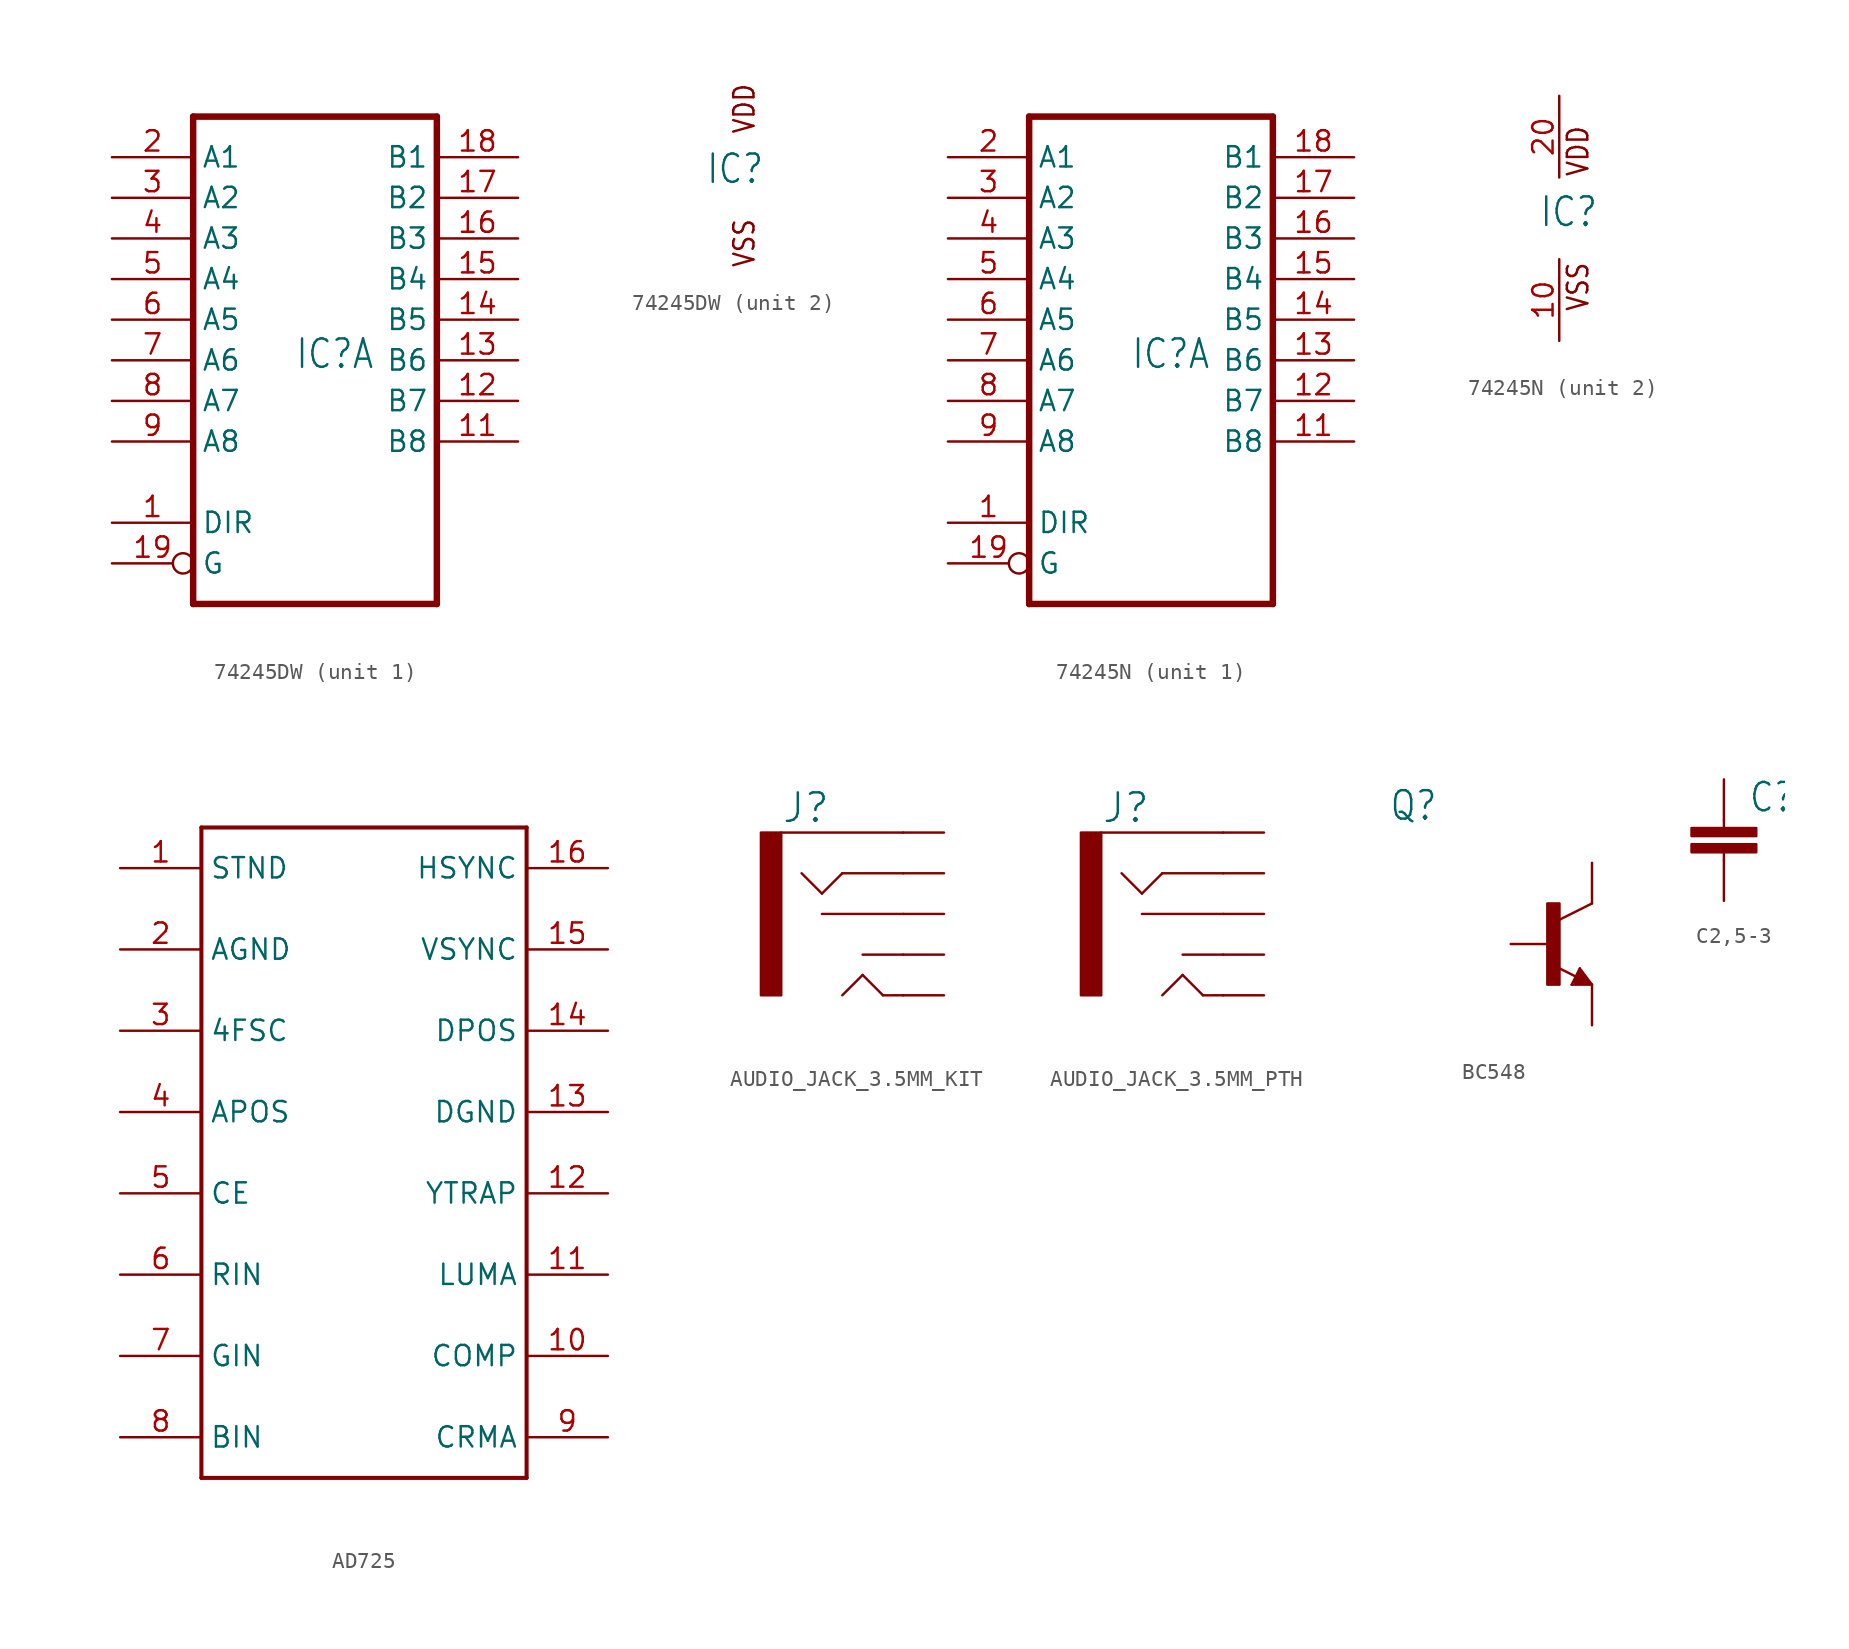
<source format=kicad_sym>
(kicad_symbol_lib
  (version 20220914)
  (generator kicad_symbol_editor)
  (symbol "74245DW"
    (property "Reference" "IC"
      (at -1.27 -0.635 0)
      (effects (font (size 1.778 1.511)) (justify left bottom)))
    (property "ki_locked" ""
      (at 0 0 0)
      (effects (font (size 1.27 1.27))))
    (symbol "74245DW_1_0"
      (polyline (pts (xy -7.62 -15.24) (xy 7.62 -15.24)) (stroke (width 0.406) (type solid)) (fill (type none)))
      (polyline (pts (xy -7.62 15.24) (xy -7.62 -15.24)) (stroke (width 0.406) (type solid)) (fill (type none)))
      (polyline (pts (xy 7.62 -15.24) (xy 7.62 15.24)) (stroke (width 0.406) (type solid)) (fill (type none)))
      (polyline (pts (xy 7.62 15.24) (xy -7.62 15.24)) (stroke (width 0.406) (type solid)) (fill (type none)))
      (pin input line (at -12.7 -10.16 0) (length 5.08) (name "DIR" (effects (font (size 1.27 1.27)))) (number "1" (effects (font (size 1.27 1.27)))))
      (pin bidirectional line (at 12.7 -5.08 180) (length 5.08) (name "B8" (effects (font (size 1.27 1.27)))) (number "11" (effects (font (size 1.27 1.27)))))
      (pin bidirectional line (at 12.7 -2.54 180) (length 5.08) (name "B7" (effects (font (size 1.27 1.27)))) (number "12" (effects (font (size 1.27 1.27)))))
      (pin bidirectional line (at 12.7 0 180) (length 5.08) (name "B6" (effects (font (size 1.27 1.27)))) (number "13" (effects (font (size 1.27 1.27)))))
      (pin bidirectional line (at 12.7 2.54 180) (length 5.08) (name "B5" (effects (font (size 1.27 1.27)))) (number "14" (effects (font (size 1.27 1.27)))))
      (pin bidirectional line (at 12.7 5.08 180) (length 5.08) (name "B4" (effects (font (size 1.27 1.27)))) (number "15" (effects (font (size 1.27 1.27)))))
      (pin bidirectional line (at 12.7 7.62 180) (length 5.08) (name "B3" (effects (font (size 1.27 1.27)))) (number "16" (effects (font (size 1.27 1.27)))))
      (pin bidirectional line (at 12.7 10.16 180) (length 5.08) (name "B2" (effects (font (size 1.27 1.27)))) (number "17" (effects (font (size 1.27 1.27)))))
      (pin bidirectional line (at 12.7 12.7 180) (length 5.08) (name "B1" (effects (font (size 1.27 1.27)))) (number "18" (effects (font (size 1.27 1.27)))))
      (pin input inverted (at -12.7 -12.7 0) (length 5.08) (name "G" (effects (font (size 1.27 1.27)))) (number "19" (effects (font (size 1.27 1.27)))))
      (pin bidirectional line (at -12.7 12.7 0) (length 5.08) (name "A1" (effects (font (size 1.27 1.27)))) (number "2" (effects (font (size 1.27 1.27)))))
      (pin bidirectional line (at -12.7 10.16 0) (length 5.08) (name "A2" (effects (font (size 1.27 1.27)))) (number "3" (effects (font (size 1.27 1.27)))))
      (pin bidirectional line (at -12.7 7.62 0) (length 5.08) (name "A3" (effects (font (size 1.27 1.27)))) (number "4" (effects (font (size 1.27 1.27)))))
      (pin bidirectional line (at -12.7 5.08 0) (length 5.08) (name "A4" (effects (font (size 1.27 1.27)))) (number "5" (effects (font (size 1.27 1.27)))))
      (pin bidirectional line (at -12.7 2.54 0) (length 5.08) (name "A5" (effects (font (size 1.27 1.27)))) (number "6" (effects (font (size 1.27 1.27)))))
      (pin bidirectional line (at -12.7 0 0) (length 5.08) (name "A6" (effects (font (size 1.27 1.27)))) (number "7" (effects (font (size 1.27 1.27)))))
      (pin bidirectional line (at -12.7 -2.54 0) (length 5.08) (name "A7" (effects (font (size 1.27 1.27)))) (number "8" (effects (font (size 1.27 1.27)))))
      (pin bidirectional line (at -12.7 -5.08 0) (length 5.08) (name "A8" (effects (font (size 1.27 1.27)))) (number "9" (effects (font (size 1.27 1.27))))))
    (symbol "74245DW_2_0"
      (text "VDD" (at 1.905 2.54 900) (effects (font (size 1.27 1.079)) (justify left bottom)))
      (text "VSS" (at 1.905 -5.842 900) (effects (font (size 1.27 1.079)) (justify left bottom)))))
  (symbol "74245N"
    (property "Reference" "IC"
      (at -1.27 -0.635 0)
      (effects (font (size 1.778 1.511)) (justify left bottom)))
    (property "ki_locked" ""
      (at 0 0 0)
      (effects (font (size 1.27 1.27))))
    (symbol "74245N_1_0"
      (polyline (pts (xy -7.62 -15.24) (xy 7.62 -15.24)) (stroke (width 0.406) (type solid)) (fill (type none)))
      (polyline (pts (xy -7.62 15.24) (xy -7.62 -15.24)) (stroke (width 0.406) (type solid)) (fill (type none)))
      (polyline (pts (xy 7.62 -15.24) (xy 7.62 15.24)) (stroke (width 0.406) (type solid)) (fill (type none)))
      (polyline (pts (xy 7.62 15.24) (xy -7.62 15.24)) (stroke (width 0.406) (type solid)) (fill (type none)))
      (pin input line (at -12.7 -10.16 0) (length 5.08) (name "DIR" (effects (font (size 1.27 1.27)))) (number "1" (effects (font (size 1.27 1.27)))))
      (pin bidirectional line (at 12.7 -5.08 180) (length 5.08) (name "B8" (effects (font (size 1.27 1.27)))) (number "11" (effects (font (size 1.27 1.27)))))
      (pin bidirectional line (at 12.7 -2.54 180) (length 5.08) (name "B7" (effects (font (size 1.27 1.27)))) (number "12" (effects (font (size 1.27 1.27)))))
      (pin bidirectional line (at 12.7 0 180) (length 5.08) (name "B6" (effects (font (size 1.27 1.27)))) (number "13" (effects (font (size 1.27 1.27)))))
      (pin bidirectional line (at 12.7 2.54 180) (length 5.08) (name "B5" (effects (font (size 1.27 1.27)))) (number "14" (effects (font (size 1.27 1.27)))))
      (pin bidirectional line (at 12.7 5.08 180) (length 5.08) (name "B4" (effects (font (size 1.27 1.27)))) (number "15" (effects (font (size 1.27 1.27)))))
      (pin bidirectional line (at 12.7 7.62 180) (length 5.08) (name "B3" (effects (font (size 1.27 1.27)))) (number "16" (effects (font (size 1.27 1.27)))))
      (pin bidirectional line (at 12.7 10.16 180) (length 5.08) (name "B2" (effects (font (size 1.27 1.27)))) (number "17" (effects (font (size 1.27 1.27)))))
      (pin bidirectional line (at 12.7 12.7 180) (length 5.08) (name "B1" (effects (font (size 1.27 1.27)))) (number "18" (effects (font (size 1.27 1.27)))))
      (pin input inverted (at -12.7 -12.7 0) (length 5.08) (name "G" (effects (font (size 1.27 1.27)))) (number "19" (effects (font (size 1.27 1.27)))))
      (pin bidirectional line (at -12.7 12.7 0) (length 5.08) (name "A1" (effects (font (size 1.27 1.27)))) (number "2" (effects (font (size 1.27 1.27)))))
      (pin bidirectional line (at -12.7 10.16 0) (length 5.08) (name "A2" (effects (font (size 1.27 1.27)))) (number "3" (effects (font (size 1.27 1.27)))))
      (pin bidirectional line (at -12.7 7.62 0) (length 5.08) (name "A3" (effects (font (size 1.27 1.27)))) (number "4" (effects (font (size 1.27 1.27)))))
      (pin bidirectional line (at -12.7 5.08 0) (length 5.08) (name "A4" (effects (font (size 1.27 1.27)))) (number "5" (effects (font (size 1.27 1.27)))))
      (pin bidirectional line (at -12.7 2.54 0) (length 5.08) (name "A5" (effects (font (size 1.27 1.27)))) (number "6" (effects (font (size 1.27 1.27)))))
      (pin bidirectional line (at -12.7 0 0) (length 5.08) (name "A6" (effects (font (size 1.27 1.27)))) (number "7" (effects (font (size 1.27 1.27)))))
      (pin bidirectional line (at -12.7 -2.54 0) (length 5.08) (name "A7" (effects (font (size 1.27 1.27)))) (number "8" (effects (font (size 1.27 1.27)))))
      (pin bidirectional line (at -12.7 -5.08 0) (length 5.08) (name "A8" (effects (font (size 1.27 1.27)))) (number "9" (effects (font (size 1.27 1.27))))))
    (symbol "74245N_2_0"
      (text "VDD" (at 1.905 2.54 900) (effects (font (size 1.27 1.079)) (justify left bottom)))
      (text "VSS" (at 1.905 -5.842 900) (effects (font (size 1.27 1.079)) (justify left bottom)))
      (pin power_in line (at 0 -7.62 90) (length 5.08) (name "VSS" (effects (font (size 0 0)))) (number "10" (effects (font (size 1.27 1.27)))))
      (pin power_in line (at 0 7.62 270) (length 5.08) (name "VDD" (effects (font (size 0 0)))) (number "20" (effects (font (size 1.27 1.27)))))))
  (symbol "AD725"
    (property "Reference" ""
      (at 0 0 0)
      (effects (font (size 1.27 1.27)) hide))
    (property "ki_locked" ""
      (at 0 0 0)
      (effects (font (size 1.27 1.27))))
    (symbol "AD725_1_0"
      (polyline (pts (xy -12.7 -30.48) (xy -12.7 10.16)) (stroke (width 0.254) (type solid)) (fill (type none)))
      (polyline (pts (xy -12.7 10.16) (xy 7.62 10.16)) (stroke (width 0.254) (type solid)) (fill (type none)))
      (polyline (pts (xy 7.62 -30.48) (xy -12.7 -30.48)) (stroke (width 0.254) (type solid)) (fill (type none)))
      (polyline (pts (xy 7.62 10.16) (xy 7.62 -30.48)) (stroke (width 0.254) (type solid)) (fill (type none)))
      (pin bidirectional line (at -17.78 7.62 0) (length 5.08) (name "STND" (effects (font (size 1.27 1.27)))) (number "1" (effects (font (size 1.27 1.27)))))
      (pin bidirectional line (at 12.7 -22.86 180) (length 5.08) (name "COMP" (effects (font (size 1.27 1.27)))) (number "10" (effects (font (size 1.27 1.27)))))
      (pin bidirectional line (at 12.7 -17.78 180) (length 5.08) (name "LUMA" (effects (font (size 1.27 1.27)))) (number "11" (effects (font (size 1.27 1.27)))))
      (pin bidirectional line (at 12.7 -12.7 180) (length 5.08) (name "YTRAP" (effects (font (size 1.27 1.27)))) (number "12" (effects (font (size 1.27 1.27)))))
      (pin bidirectional line (at 12.7 -7.62 180) (length 5.08) (name "DGND" (effects (font (size 1.27 1.27)))) (number "13" (effects (font (size 1.27 1.27)))))
      (pin bidirectional line (at 12.7 -2.54 180) (length 5.08) (name "DPOS" (effects (font (size 1.27 1.27)))) (number "14" (effects (font (size 1.27 1.27)))))
      (pin bidirectional line (at 12.7 2.54 180) (length 5.08) (name "VSYNC" (effects (font (size 1.27 1.27)))) (number "15" (effects (font (size 1.27 1.27)))))
      (pin bidirectional line (at 12.7 7.62 180) (length 5.08) (name "HSYNC" (effects (font (size 1.27 1.27)))) (number "16" (effects (font (size 1.27 1.27)))))
      (pin bidirectional line (at -17.78 2.54 0) (length 5.08) (name "AGND" (effects (font (size 1.27 1.27)))) (number "2" (effects (font (size 1.27 1.27)))))
      (pin bidirectional line (at -17.78 -2.54 0) (length 5.08) (name "4FSC" (effects (font (size 1.27 1.27)))) (number "3" (effects (font (size 1.27 1.27)))))
      (pin bidirectional line (at -17.78 -7.62 0) (length 5.08) (name "APOS" (effects (font (size 1.27 1.27)))) (number "4" (effects (font (size 1.27 1.27)))))
      (pin bidirectional line (at -17.78 -12.7 0) (length 5.08) (name "CE" (effects (font (size 1.27 1.27)))) (number "5" (effects (font (size 1.27 1.27)))))
      (pin bidirectional line (at -17.78 -17.78 0) (length 5.08) (name "RIN" (effects (font (size 1.27 1.27)))) (number "6" (effects (font (size 1.27 1.27)))))
      (pin bidirectional line (at -17.78 -22.86 0) (length 5.08) (name "GIN" (effects (font (size 1.27 1.27)))) (number "7" (effects (font (size 1.27 1.27)))))
      (pin bidirectional line (at -17.78 -27.94 0) (length 5.08) (name "BIN" (effects (font (size 1.27 1.27)))) (number "8" (effects (font (size 1.27 1.27)))))
      (pin bidirectional line (at 12.7 -27.94 180) (length 5.08) (name "CRMA" (effects (font (size 1.27 1.27)))) (number "9" (effects (font (size 1.27 1.27)))))))
  (symbol "AUDIO_JACK_3.5MM_KIT"
    (property "Reference" "J"
      (at -5.08 5.588 0)
      (effects (font (size 1.778 1.778)) (justify left bottom)))
    (property "Value" ""
      (at -5.08 -7.62 0)
      (effects (font (size 1.778 1.778)) (justify left bottom)))
    (property "ki_locked" ""
      (at 0 0 0)
      (effects (font (size 1.27 1.27))))
    (symbol "AUDIO_JACK_3.5MM_KIT_1_0"
      (rectangle (start -6.35 -5.08) (end -5.08 5.08) (stroke (width 0) (type default)) (fill (type outline)))
      (polyline (pts (xy -2.54 0) (xy 2.54 0)) (stroke (width 0.152) (type solid)) (fill (type none)))
      (polyline (pts (xy -2.54 1.27) (xy -3.81 2.54)) (stroke (width 0.152) (type solid)) (fill (type none)))
      (polyline (pts (xy -1.27 -5.08) (xy 0 -3.81)) (stroke (width 0.152) (type solid)) (fill (type none)))
      (polyline (pts (xy -1.27 2.54) (xy -2.54 1.27)) (stroke (width 0.152) (type solid)) (fill (type none)))
      (polyline (pts (xy 0 -3.81) (xy 1.27 -5.08)) (stroke (width 0.152) (type solid)) (fill (type none)))
      (polyline (pts (xy 0 -2.54) (xy 2.54 -2.54)) (stroke (width 0.152) (type solid)) (fill (type none)))
      (polyline (pts (xy 1.27 -5.08) (xy 2.54 -5.08)) (stroke (width 0.152) (type solid)) (fill (type none)))
      (polyline (pts (xy 2.54 2.54) (xy -1.27 2.54)) (stroke (width 0.152) (type solid)) (fill (type none)))
      (polyline (pts (xy 2.54 5.08) (xy -5.08 5.08)) (stroke (width 0.152) (type solid)) (fill (type none)))
      (pin bidirectional line (at 5.08 2.54 180) (length 2.54) (name "RING" (effects (font (size 0 0)))) (number "RING" (effects (font (size 0 0)))))
      (pin bidirectional line (at 5.08 0 180) (length 2.54) (name "RSH" (effects (font (size 0 0)))) (number "RSH" (effects (font (size 0 0)))))
      (pin bidirectional line (at 5.08 5.08 180) (length 2.54) (name "SLEEVE" (effects (font (size 0 0)))) (number "SLEEVE" (effects (font (size 0 0)))))
      (pin bidirectional line (at 5.08 -5.08 180) (length 2.54) (name "TIP" (effects (font (size 0 0)))) (number "TIP" (effects (font (size 0 0)))))
      (pin bidirectional line (at 5.08 -2.54 180) (length 2.54) (name "TSH" (effects (font (size 0 0)))) (number "TSH" (effects (font (size 0 0)))))))
  (symbol "AUDIO_JACK_3.5MM_PTH"
    (property "Reference" "J"
      (at -5.08 5.588 0)
      (effects (font (size 1.778 1.778)) (justify left bottom)))
    (property "Value" ""
      (at -5.08 -7.62 0)
      (effects (font (size 1.778 1.778)) (justify left bottom)))
    (property "ki_locked" ""
      (at 0 0 0)
      (effects (font (size 1.27 1.27))))
    (symbol "AUDIO_JACK_3.5MM_PTH_1_0"
      (rectangle (start -6.35 -5.08) (end -5.08 5.08) (stroke (width 0) (type default)) (fill (type outline)))
      (polyline (pts (xy -2.54 0) (xy 2.54 0)) (stroke (width 0.152) (type solid)) (fill (type none)))
      (polyline (pts (xy -2.54 1.27) (xy -3.81 2.54)) (stroke (width 0.152) (type solid)) (fill (type none)))
      (polyline (pts (xy -1.27 -5.08) (xy 0 -3.81)) (stroke (width 0.152) (type solid)) (fill (type none)))
      (polyline (pts (xy -1.27 2.54) (xy -2.54 1.27)) (stroke (width 0.152) (type solid)) (fill (type none)))
      (polyline (pts (xy 0 -3.81) (xy 1.27 -5.08)) (stroke (width 0.152) (type solid)) (fill (type none)))
      (polyline (pts (xy 0 -2.54) (xy 2.54 -2.54)) (stroke (width 0.152) (type solid)) (fill (type none)))
      (polyline (pts (xy 1.27 -5.08) (xy 2.54 -5.08)) (stroke (width 0.152) (type solid)) (fill (type none)))
      (polyline (pts (xy 2.54 2.54) (xy -1.27 2.54)) (stroke (width 0.152) (type solid)) (fill (type none)))
      (polyline (pts (xy 2.54 5.08) (xy -5.08 5.08)) (stroke (width 0.152) (type solid)) (fill (type none)))
      (pin bidirectional line (at 5.08 2.54 180) (length 2.54) (name "RING" (effects (font (size 0 0)))) (number "RING" (effects (font (size 0 0)))))
      (pin bidirectional line (at 5.08 0 180) (length 2.54) (name "RSH" (effects (font (size 0 0)))) (number "RSH" (effects (font (size 0 0)))))
      (pin bidirectional line (at 5.08 5.08 180) (length 2.54) (name "SLEEVE" (effects (font (size 0 0)))) (number "SLEEVE" (effects (font (size 0 0)))))
      (pin bidirectional line (at 5.08 -5.08 180) (length 2.54) (name "TIP" (effects (font (size 0 0)))) (number "TIP" (effects (font (size 0 0)))))
      (pin bidirectional line (at 5.08 -2.54 180) (length 2.54) (name "TSH" (effects (font (size 0 0)))) (number "TSH" (effects (font (size 0 0)))))))
  (symbol "BC548"
    (property "Reference" "Q"
      (at -10.16 7.62 0)
      (effects (font (size 1.778 1.511)) (justify left bottom)))
    (property "Value" ""
      (at -10.16 5.08 0)
      (effects (font (size 1.778 1.511)) (justify left bottom)))
    (property "ki_locked" ""
      (at 0 0 0)
      (effects (font (size 1.27 1.27))))
    (symbol "BC548_1_0"
      (rectangle (start -0.254 -2.54) (end 0.508 2.54) (stroke (width 0) (type default)) (fill (type outline)))
      (polyline (pts (xy 1.27 -2.54) (xy 1.778 -1.524)) (stroke (width 0.152) (type solid)) (fill (type none)))
      (polyline (pts (xy 1.524 -2.413) (xy 2.286 -2.413)) (stroke (width 0.254) (type solid)) (fill (type none)))
      (polyline (pts (xy 1.524 -2.286) (xy 1.905 -2.286)) (stroke (width 0.254) (type solid)) (fill (type none)))
      (polyline (pts (xy 1.54 -2.04) (xy 0.308 -1.424)) (stroke (width 0.152) (type solid)) (fill (type none)))
      (polyline (pts (xy 1.778 -1.778) (xy 1.524 -2.286)) (stroke (width 0.254) (type solid)) (fill (type none)))
      (polyline (pts (xy 1.778 -1.524) (xy 2.54 -2.54)) (stroke (width 0.152) (type solid)) (fill (type none)))
      (polyline (pts (xy 1.905 -2.286) (xy 1.778 -2.032)) (stroke (width 0.254) (type solid)) (fill (type none)))
      (polyline (pts (xy 2.286 -2.413) (xy 1.778 -1.778)) (stroke (width 0.254) (type solid)) (fill (type none)))
      (polyline (pts (xy 2.54 -2.54) (xy 1.27 -2.54)) (stroke (width 0.152) (type solid)) (fill (type none)))
      (polyline (pts (xy 2.54 2.54) (xy 0.508 1.524)) (stroke (width 0.152) (type solid)) (fill (type none)))
      (pin passive line (at -2.54 0 0) (length 2.54) (name "B" (effects (font (size 0 0)))) (number "B" (effects (font (size 0 0)))))
      (pin passive line (at 2.54 5.08 270) (length 2.54) (name "C" (effects (font (size 0 0)))) (number "C" (effects (font (size 0 0)))))
      (pin passive line (at 2.54 -5.08 90) (length 2.54) (name "E" (effects (font (size 0 0)))) (number "E" (effects (font (size 0 0)))))))
  (symbol "C2,5-3"
    (property "Reference" "C"
      (at 1.524 0.381 0)
      (effects (font (size 1.778 1.511)) (justify left bottom)))
    (property "Value" ""
      (at 1.524 -4.699 0)
      (effects (font (size 1.778 1.511)) (justify left bottom)))
    (property "ki_locked" ""
      (at 0 0 0)
      (effects (font (size 1.27 1.27))))
    (symbol "C2,5-3_1_0"
      (rectangle (start -2.032 -2.032) (end 2.032 -1.524) (stroke (width 0) (type default)) (fill (type outline)))
      (rectangle (start -2.032 -1.016) (end 2.032 -0.508) (stroke (width 0) (type default)) (fill (type outline)))
      (polyline (pts (xy 0 -2.54) (xy 0 -2.032)) (stroke (width 0.152) (type solid)) (fill (type none)))
      (polyline (pts (xy 0 0) (xy 0 -0.508)) (stroke (width 0.152) (type solid)) (fill (type none)))
      (pin passive line (at 0 2.54 270) (length 2.54) (name "1" (effects (font (size 0 0)))) (number "1" (effects (font (size 0 0)))))
      (pin passive line (at 0 -5.08 90) (length 2.54) (name "2" (effects (font (size 0 0)))) (number "2" (effects (font (size 0 0))))))))
</source>
